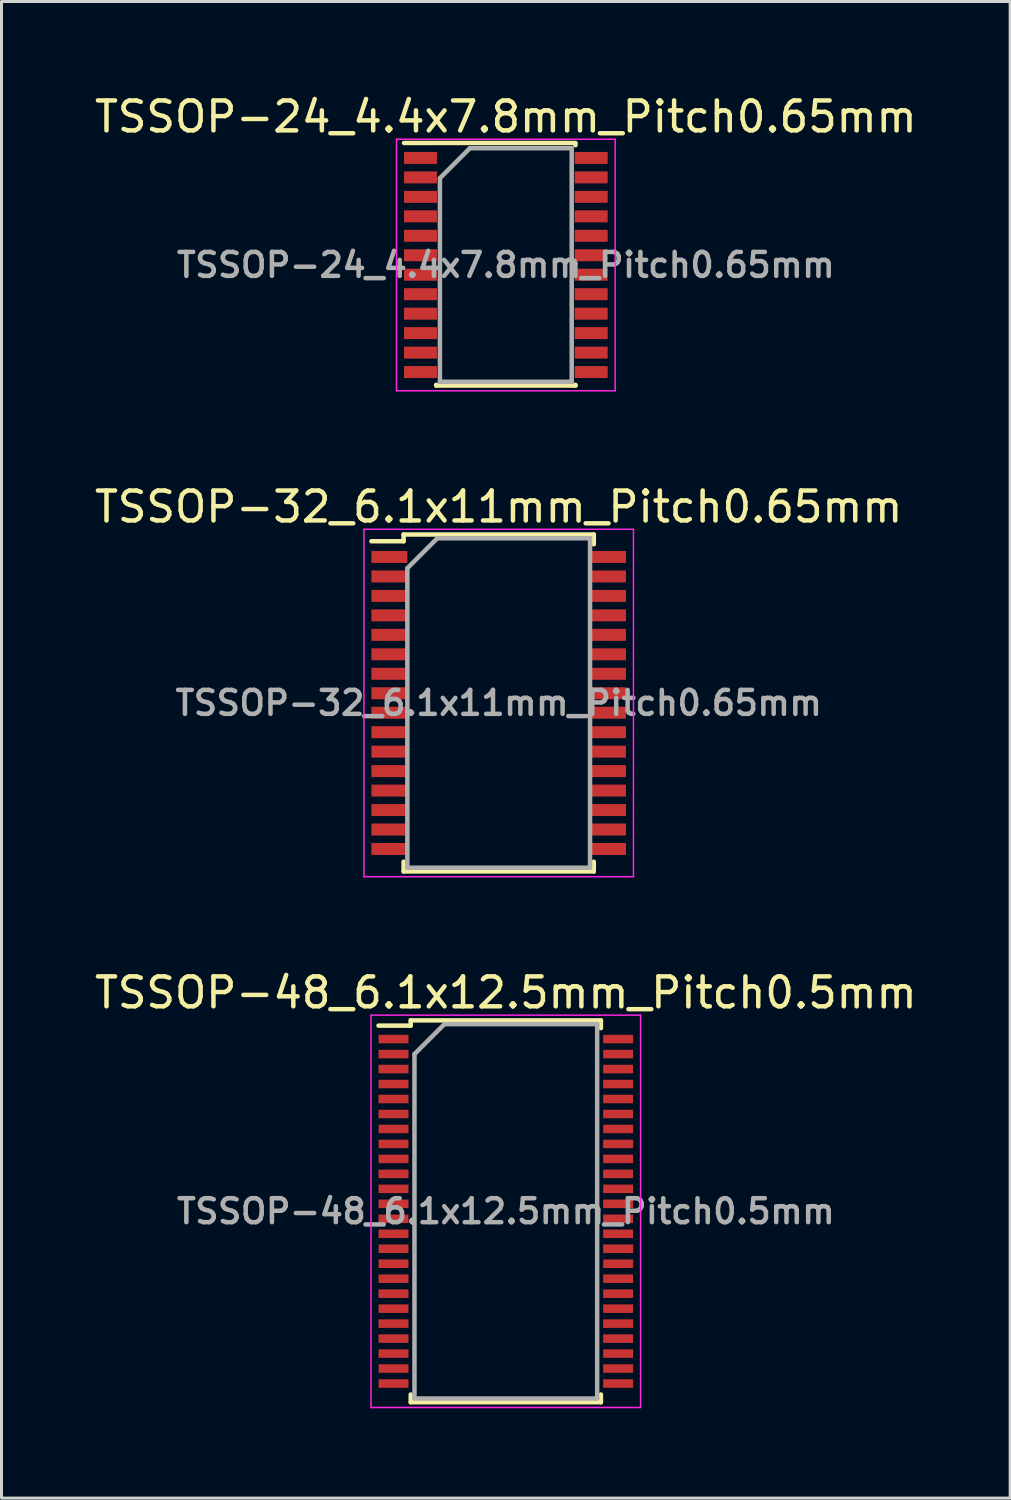
<source format=kicad_pcb>
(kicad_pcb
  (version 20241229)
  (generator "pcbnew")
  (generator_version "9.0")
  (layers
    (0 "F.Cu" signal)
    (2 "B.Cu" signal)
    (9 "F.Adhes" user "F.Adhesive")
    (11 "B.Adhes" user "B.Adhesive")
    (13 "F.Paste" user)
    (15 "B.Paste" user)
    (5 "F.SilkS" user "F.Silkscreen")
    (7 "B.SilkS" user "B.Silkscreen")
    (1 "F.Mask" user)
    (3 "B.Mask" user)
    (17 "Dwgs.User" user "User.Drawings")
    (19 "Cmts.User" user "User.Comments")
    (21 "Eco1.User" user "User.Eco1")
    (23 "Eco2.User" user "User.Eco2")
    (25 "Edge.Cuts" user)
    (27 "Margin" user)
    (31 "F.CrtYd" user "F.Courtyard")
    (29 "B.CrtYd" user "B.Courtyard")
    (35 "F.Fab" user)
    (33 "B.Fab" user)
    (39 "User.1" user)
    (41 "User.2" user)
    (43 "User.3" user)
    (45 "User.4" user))
  (footprint "TSSOP-32_6.1x11mm_Pitch0.65mm"
    (layer "F.Cu")
    (at 13.601 20.422)
    (property "Reference" "TSSOP-32_6.1x11mm_Pitch0.65mm" (at 0 -6.55 0) (layer "F.SilkS") (effects (font (size 1 1) (thickness 0.15))))
    (attr smd)
    (fp_line (start -3.175 -5.625) (end -3.175 -5.4) (stroke (width 0.15) (type solid)) (layer "F.SilkS"))
    (fp_line (start -3.175 -5.625) (end 3.175 -5.625) (stroke (width 0.15) (type solid)) (layer "F.SilkS"))
    (fp_line (start -3.175 -5.4) (end -4.25 -5.4) (stroke (width 0.15) (type solid)) (layer "F.SilkS"))
    (fp_line (start -3.175 5.625) (end -3.175 5.3) (stroke (width 0.15) (type solid)) (layer "F.SilkS"))
    (fp_line (start -3.175 5.625) (end 3.175 5.625) (stroke (width 0.15) (type solid)) (layer "F.SilkS"))
    (fp_line (start 3.175 -5.625) (end 3.175 -5.3) (stroke (width 0.15) (type solid)) (layer "F.SilkS"))
    (fp_line (start 3.175 5.625) (end 3.175 5.3) (stroke (width 0.15) (type solid)) (layer "F.SilkS"))
    (fp_line (start -4.5 -5.8) (end -4.5 5.8) (stroke (width 0.05) (type solid)) (layer "F.CrtYd"))
    (fp_line (start -4.5 -5.8) (end 4.5 -5.8) (stroke (width 0.05) (type solid)) (layer "F.CrtYd"))
    (fp_line (start -4.5 5.8) (end 4.5 5.8) (stroke (width 0.05) (type solid)) (layer "F.CrtYd"))
    (fp_line (start 4.5 -5.8) (end 4.5 5.8) (stroke (width 0.05) (type solid)) (layer "F.CrtYd"))
    (fp_line (start -3.05 -4.5) (end -2.05 -5.5) (stroke (width 0.15) (type solid)) (layer "F.Fab"))
    (fp_line (start -3.05 5.5) (end -3.05 -4.5) (stroke (width 0.15) (type solid)) (layer "F.Fab"))
    (fp_line (start -2.05 -5.5) (end 3.05 -5.5) (stroke (width 0.15) (type solid)) (layer "F.Fab"))
    (fp_line (start 3.05 -5.5) (end 3.05 5.5) (stroke (width 0.15) (type solid)) (layer "F.Fab"))
    (fp_line (start 3.05 5.5) (end -3.05 5.5) (stroke (width 0.15) (type solid)) (layer "F.Fab"))
    (fp_text user "${REFERENCE}" (at 0 0 0) (layer "F.Fab") (effects (font (size 0.8 0.8) (thickness 0.15))))
    (pad "1" smd rect (at -3.65 -4.875) (size 1.2 0.4) (layers "F.Cu" "F.Mask" "F.Paste"))
    (pad "2" smd rect (at -3.65 -4.225) (size 1.2 0.4) (layers "F.Cu" "F.Mask" "F.Paste"))
    (pad "3" smd rect (at -3.65 -3.575) (size 1.2 0.4) (layers "F.Cu" "F.Mask" "F.Paste"))
    (pad "4" smd rect (at -3.65 -2.925) (size 1.2 0.4) (layers "F.Cu" "F.Mask" "F.Paste"))
    (pad "5" smd rect (at -3.65 -2.275) (size 1.2 0.4) (layers "F.Cu" "F.Mask" "F.Paste"))
    (pad "6" smd rect (at -3.65 -1.625) (size 1.2 0.4) (layers "F.Cu" "F.Mask" "F.Paste"))
    (pad "7" smd rect (at -3.65 -0.975) (size 1.2 0.4) (layers "F.Cu" "F.Mask" "F.Paste"))
    (pad "8" smd rect (at -3.65 -0.325) (size 1.2 0.4) (layers "F.Cu" "F.Mask" "F.Paste"))
    (pad "9" smd rect (at -3.65 0.325) (size 1.2 0.4) (layers "F.Cu" "F.Mask" "F.Paste"))
    (pad "10" smd rect (at -3.65 0.975) (size 1.2 0.4) (layers "F.Cu" "F.Mask" "F.Paste"))
    (pad "11" smd rect (at -3.65 1.625) (size 1.2 0.4) (layers "F.Cu" "F.Mask" "F.Paste"))
    (pad "12" smd rect (at -3.65 2.275) (size 1.2 0.4) (layers "F.Cu" "F.Mask" "F.Paste"))
    (pad "13" smd rect (at -3.65 2.925) (size 1.2 0.4) (layers "F.Cu" "F.Mask" "F.Paste"))
    (pad "14" smd rect (at -3.65 3.575) (size 1.2 0.4) (layers "F.Cu" "F.Mask" "F.Paste"))
    (pad "15" smd rect (at -3.65 4.225) (size 1.2 0.4) (layers "F.Cu" "F.Mask" "F.Paste"))
    (pad "16" smd rect (at -3.65 4.875) (size 1.2 0.4) (layers "F.Cu" "F.Mask" "F.Paste"))
    (pad "17" smd rect (at 3.65 4.875) (size 1.2 0.4) (layers "F.Cu" "F.Mask" "F.Paste"))
    (pad "18" smd rect (at 3.65 4.225) (size 1.2 0.4) (layers "F.Cu" "F.Mask" "F.Paste"))
    (pad "19" smd rect (at 3.65 3.575) (size 1.2 0.4) (layers "F.Cu" "F.Mask" "F.Paste"))
    (pad "20" smd rect (at 3.65 2.925) (size 1.2 0.4) (layers "F.Cu" "F.Mask" "F.Paste"))
    (pad "21" smd rect (at 3.65 2.275) (size 1.2 0.4) (layers "F.Cu" "F.Mask" "F.Paste"))
    (pad "22" smd rect (at 3.65 1.625) (size 1.2 0.4) (layers "F.Cu" "F.Mask" "F.Paste"))
    (pad "23" smd rect (at 3.65 0.975) (size 1.2 0.4) (layers "F.Cu" "F.Mask" "F.Paste"))
    (pad "24" smd rect (at 3.65 0.325) (size 1.2 0.4) (layers "F.Cu" "F.Mask" "F.Paste"))
    (pad "25" smd rect (at 3.65 -0.325) (size 1.2 0.4) (layers "F.Cu" "F.Mask" "F.Paste"))
    (pad "26" smd rect (at 3.65 -0.975) (size 1.2 0.4) (layers "F.Cu" "F.Mask" "F.Paste"))
    (pad "27" smd rect (at 3.65 -1.625) (size 1.2 0.4) (layers "F.Cu" "F.Mask" "F.Paste"))
    (pad "28" smd rect (at 3.65 -2.275) (size 1.2 0.4) (layers "F.Cu" "F.Mask" "F.Paste"))
    (pad "29" smd rect (at 3.65 -2.925) (size 1.2 0.4) (layers "F.Cu" "F.Mask" "F.Paste"))
    (pad "30" smd rect (at 3.65 -3.575) (size 1.2 0.4) (layers "F.Cu" "F.Mask" "F.Paste"))
    (pad "31" smd rect (at 3.65 -4.225) (size 1.2 0.4) (layers "F.Cu" "F.Mask" "F.Paste"))
    (pad "32" smd rect (at 3.65 -4.875) (size 1.2 0.4) (layers "F.Cu" "F.Mask" "F.Paste")))
  (footprint "TSSOP-24_4.4x7.8mm_Pitch0.65mm"
    (layer "F.Cu")
    (at 13.839 5.798)
    (property "Reference" "TSSOP-24_4.4x7.8mm_Pitch0.65mm" (at 0 -4.95 0) (layer "F.SilkS") (effects (font (size 1 1) (thickness 0.15))))
    (attr smd)
    (fp_line (start -3.4 -4.075) (end 2.325 -4.075) (stroke (width 0.15) (type solid)) (layer "F.SilkS"))
    (fp_line (start -2.325 4.025) (end -2.325 4) (stroke (width 0.15) (type solid)) (layer "F.SilkS"))
    (fp_line (start -2.325 4.025) (end 2.325 4.025) (stroke (width 0.15) (type solid)) (layer "F.SilkS"))
    (fp_line (start 2.325 -4.025) (end 2.325 -4) (stroke (width 0.15) (type solid)) (layer "F.SilkS"))
    (fp_line (start 2.325 4.025) (end 2.325 4) (stroke (width 0.15) (type solid)) (layer "F.SilkS"))
    (fp_line (start -3.65 -4.2) (end -3.65 4.2) (stroke (width 0.05) (type solid)) (layer "F.CrtYd"))
    (fp_line (start -3.65 -4.2) (end 3.65 -4.2) (stroke (width 0.05) (type solid)) (layer "F.CrtYd"))
    (fp_line (start -3.65 4.2) (end 3.65 4.2) (stroke (width 0.05) (type solid)) (layer "F.CrtYd"))
    (fp_line (start 3.65 -4.2) (end 3.65 4.2) (stroke (width 0.05) (type solid)) (layer "F.CrtYd"))
    (fp_line (start -2.2 -2.9) (end -1.2 -3.9) (stroke (width 0.15) (type solid)) (layer "F.Fab"))
    (fp_line (start -2.2 3.9) (end -2.2 -2.9) (stroke (width 0.15) (type solid)) (layer "F.Fab"))
    (fp_line (start -1.2 -3.9) (end 2.2 -3.9) (stroke (width 0.15) (type solid)) (layer "F.Fab"))
    (fp_line (start 2.2 -3.9) (end 2.2 3.9) (stroke (width 0.15) (type solid)) (layer "F.Fab"))
    (fp_line (start 2.2 3.9) (end -2.2 3.9) (stroke (width 0.15) (type solid)) (layer "F.Fab"))
    (fp_text user "${REFERENCE}" (at 0 0 0) (layer "F.Fab") (effects (font (size 0.8 0.8) (thickness 0.15))))
    (pad "1" smd rect (at -2.85 -3.575) (size 1.1 0.4) (layers "F.Cu" "F.Mask" "F.Paste"))
    (pad "2" smd rect (at -2.85 -2.925) (size 1.1 0.4) (layers "F.Cu" "F.Mask" "F.Paste"))
    (pad "3" smd rect (at -2.85 -2.275) (size 1.1 0.4) (layers "F.Cu" "F.Mask" "F.Paste"))
    (pad "4" smd rect (at -2.85 -1.625) (size 1.1 0.4) (layers "F.Cu" "F.Mask" "F.Paste"))
    (pad "5" smd rect (at -2.85 -0.975) (size 1.1 0.4) (layers "F.Cu" "F.Mask" "F.Paste"))
    (pad "6" smd rect (at -2.85 -0.325) (size 1.1 0.4) (layers "F.Cu" "F.Mask" "F.Paste"))
    (pad "7" smd rect (at -2.85 0.325) (size 1.1 0.4) (layers "F.Cu" "F.Mask" "F.Paste"))
    (pad "8" smd rect (at -2.85 0.975) (size 1.1 0.4) (layers "F.Cu" "F.Mask" "F.Paste"))
    (pad "9" smd rect (at -2.85 1.625) (size 1.1 0.4) (layers "F.Cu" "F.Mask" "F.Paste"))
    (pad "10" smd rect (at -2.85 2.275) (size 1.1 0.4) (layers "F.Cu" "F.Mask" "F.Paste"))
    (pad "11" smd rect (at -2.85 2.925) (size 1.1 0.4) (layers "F.Cu" "F.Mask" "F.Paste"))
    (pad "12" smd rect (at -2.85 3.575) (size 1.1 0.4) (layers "F.Cu" "F.Mask" "F.Paste"))
    (pad "13" smd rect (at 2.85 3.575) (size 1.1 0.4) (layers "F.Cu" "F.Mask" "F.Paste"))
    (pad "14" smd rect (at 2.85 2.925) (size 1.1 0.4) (layers "F.Cu" "F.Mask" "F.Paste"))
    (pad "15" smd rect (at 2.85 2.275) (size 1.1 0.4) (layers "F.Cu" "F.Mask" "F.Paste"))
    (pad "16" smd rect (at 2.85 1.625) (size 1.1 0.4) (layers "F.Cu" "F.Mask" "F.Paste"))
    (pad "17" smd rect (at 2.85 0.975) (size 1.1 0.4) (layers "F.Cu" "F.Mask" "F.Paste"))
    (pad "18" smd rect (at 2.85 0.325) (size 1.1 0.4) (layers "F.Cu" "F.Mask" "F.Paste"))
    (pad "19" smd rect (at 2.85 -0.325) (size 1.1 0.4) (layers "F.Cu" "F.Mask" "F.Paste"))
    (pad "20" smd rect (at 2.85 -0.975) (size 1.1 0.4) (layers "F.Cu" "F.Mask" "F.Paste"))
    (pad "21" smd rect (at 2.85 -1.625) (size 1.1 0.4) (layers "F.Cu" "F.Mask" "F.Paste"))
    (pad "22" smd rect (at 2.85 -2.275) (size 1.1 0.4) (layers "F.Cu" "F.Mask" "F.Paste"))
    (pad "23" smd rect (at 2.85 -2.925) (size 1.1 0.4) (layers "F.Cu" "F.Mask" "F.Paste"))
    (pad "24" smd rect (at 2.85 -3.575) (size 1.1 0.4) (layers "F.Cu" "F.Mask" "F.Paste")))
  (footprint "TSSOP-48_6.1x12.5mm_Pitch0.5mm"
    (layer "F.Cu")
    (at 13.839 37.395)
    (property "Reference" "TSSOP-48_6.1x12.5mm_Pitch0.5mm" (at 0 -7.3 0) (layer "F.SilkS") (effects (font (size 1 1) (thickness 0.15))))
    (attr smd)
    (fp_line (start -3.175 -6.375) (end -3.175 -6.2) (stroke (width 0.15) (type solid)) (layer "F.SilkS"))
    (fp_line (start -3.175 -6.375) (end 3.175 -6.375) (stroke (width 0.15) (type solid)) (layer "F.SilkS"))
    (fp_line (start -3.175 -6.2) (end -4.25 -6.2) (stroke (width 0.15) (type solid)) (layer "F.SilkS"))
    (fp_line (start -3.175 6.375) (end -3.175 6.117) (stroke (width 0.15) (type solid)) (layer "F.SilkS"))
    (fp_line (start -3.175 6.375) (end 3.175 6.375) (stroke (width 0.15) (type solid)) (layer "F.SilkS"))
    (fp_line (start 3.175 -6.375) (end 3.175 -6.117) (stroke (width 0.15) (type solid)) (layer "F.SilkS"))
    (fp_line (start 3.175 6.375) (end 3.175 6.117) (stroke (width 0.15) (type solid)) (layer "F.SilkS"))
    (fp_line (start -4.5 -6.55) (end -4.5 6.55) (stroke (width 0.05) (type solid)) (layer "F.CrtYd"))
    (fp_line (start -4.5 -6.55) (end 4.5 -6.55) (stroke (width 0.05) (type solid)) (layer "F.CrtYd"))
    (fp_line (start -4.5 6.55) (end 4.5 6.55) (stroke (width 0.05) (type solid)) (layer "F.CrtYd"))
    (fp_line (start 4.5 -6.55) (end 4.5 6.55) (stroke (width 0.05) (type solid)) (layer "F.CrtYd"))
    (fp_line (start -3.05 -5.25) (end -2.05 -6.25) (stroke (width 0.15) (type solid)) (layer "F.Fab"))
    (fp_line (start -3.05 6.25) (end -3.05 -5.25) (stroke (width 0.15) (type solid)) (layer "F.Fab"))
    (fp_line (start -2.05 -6.25) (end 3.05 -6.25) (stroke (width 0.15) (type solid)) (layer "F.Fab"))
    (fp_line (start 3.05 -6.25) (end 3.05 6.25) (stroke (width 0.15) (type solid)) (layer "F.Fab"))
    (fp_line (start 3.05 6.25) (end -3.05 6.25) (stroke (width 0.15) (type solid)) (layer "F.Fab"))
    (fp_text user "${REFERENCE}" (at 0 0 0) (layer "F.Fab") (effects (font (size 0.8 0.8) (thickness 0.15))))
    (pad "1" smd rect (at -3.75 -5.75) (size 1 0.285) (layers "F.Cu" "F.Mask" "F.Paste"))
    (pad "2" smd rect (at -3.75 -5.25) (size 1 0.285) (layers "F.Cu" "F.Mask" "F.Paste"))
    (pad "3" smd rect (at -3.75 -4.75) (size 1 0.285) (layers "F.Cu" "F.Mask" "F.Paste"))
    (pad "4" smd rect (at -3.75 -4.25) (size 1 0.285) (layers "F.Cu" "F.Mask" "F.Paste"))
    (pad "5" smd rect (at -3.75 -3.75) (size 1 0.285) (layers "F.Cu" "F.Mask" "F.Paste"))
    (pad "6" smd rect (at -3.75 -3.25) (size 1 0.285) (layers "F.Cu" "F.Mask" "F.Paste"))
    (pad "7" smd rect (at -3.75 -2.75) (size 1 0.285) (layers "F.Cu" "F.Mask" "F.Paste"))
    (pad "8" smd rect (at -3.75 -2.25) (size 1 0.285) (layers "F.Cu" "F.Mask" "F.Paste"))
    (pad "9" smd rect (at -3.75 -1.75) (size 1 0.285) (layers "F.Cu" "F.Mask" "F.Paste"))
    (pad "10" smd rect (at -3.75 -1.25) (size 1 0.285) (layers "F.Cu" "F.Mask" "F.Paste"))
    (pad "11" smd rect (at -3.75 -0.75) (size 1 0.285) (layers "F.Cu" "F.Mask" "F.Paste"))
    (pad "12" smd rect (at -3.75 -0.25) (size 1 0.285) (layers "F.Cu" "F.Mask" "F.Paste"))
    (pad "13" smd rect (at -3.75 0.25) (size 1 0.285) (layers "F.Cu" "F.Mask" "F.Paste"))
    (pad "14" smd rect (at -3.75 0.75) (size 1 0.285) (layers "F.Cu" "F.Mask" "F.Paste"))
    (pad "15" smd rect (at -3.75 1.25) (size 1 0.285) (layers "F.Cu" "F.Mask" "F.Paste"))
    (pad "16" smd rect (at -3.75 1.75) (size 1 0.285) (layers "F.Cu" "F.Mask" "F.Paste"))
    (pad "17" smd rect (at -3.75 2.25) (size 1 0.285) (layers "F.Cu" "F.Mask" "F.Paste"))
    (pad "18" smd rect (at -3.75 2.75) (size 1 0.285) (layers "F.Cu" "F.Mask" "F.Paste"))
    (pad "19" smd rect (at -3.75 3.25) (size 1 0.285) (layers "F.Cu" "F.Mask" "F.Paste"))
    (pad "20" smd rect (at -3.75 3.75) (size 1 0.285) (layers "F.Cu" "F.Mask" "F.Paste"))
    (pad "21" smd rect (at -3.75 4.25) (size 1 0.285) (layers "F.Cu" "F.Mask" "F.Paste"))
    (pad "22" smd rect (at -3.75 4.75) (size 1 0.285) (layers "F.Cu" "F.Mask" "F.Paste"))
    (pad "23" smd rect (at -3.75 5.25) (size 1 0.285) (layers "F.Cu" "F.Mask" "F.Paste"))
    (pad "24" smd rect (at -3.75 5.75) (size 1 0.285) (layers "F.Cu" "F.Mask" "F.Paste"))
    (pad "25" smd rect (at 3.75 5.75) (size 1 0.285) (layers "F.Cu" "F.Mask" "F.Paste"))
    (pad "26" smd rect (at 3.75 5.25) (size 1 0.285) (layers "F.Cu" "F.Mask" "F.Paste"))
    (pad "27" smd rect (at 3.75 4.75) (size 1 0.285) (layers "F.Cu" "F.Mask" "F.Paste"))
    (pad "28" smd rect (at 3.75 4.25) (size 1 0.285) (layers "F.Cu" "F.Mask" "F.Paste"))
    (pad "29" smd rect (at 3.75 3.75) (size 1 0.285) (layers "F.Cu" "F.Mask" "F.Paste"))
    (pad "30" smd rect (at 3.75 3.25) (size 1 0.285) (layers "F.Cu" "F.Mask" "F.Paste"))
    (pad "31" smd rect (at 3.75 2.75) (size 1 0.285) (layers "F.Cu" "F.Mask" "F.Paste"))
    (pad "32" smd rect (at 3.75 2.25) (size 1 0.285) (layers "F.Cu" "F.Mask" "F.Paste"))
    (pad "33" smd rect (at 3.75 1.75) (size 1 0.285) (layers "F.Cu" "F.Mask" "F.Paste"))
    (pad "34" smd rect (at 3.75 1.25) (size 1 0.285) (layers "F.Cu" "F.Mask" "F.Paste"))
    (pad "35" smd rect (at 3.75 0.75) (size 1 0.285) (layers "F.Cu" "F.Mask" "F.Paste"))
    (pad "36" smd rect (at 3.75 0.25) (size 1 0.285) (layers "F.Cu" "F.Mask" "F.Paste"))
    (pad "37" smd rect (at 3.75 -0.25) (size 1 0.285) (layers "F.Cu" "F.Mask" "F.Paste"))
    (pad "38" smd rect (at 3.75 -0.75) (size 1 0.285) (layers "F.Cu" "F.Mask" "F.Paste"))
    (pad "39" smd rect (at 3.75 -1.25) (size 1 0.285) (layers "F.Cu" "F.Mask" "F.Paste"))
    (pad "40" smd rect (at 3.75 -1.75) (size 1 0.285) (layers "F.Cu" "F.Mask" "F.Paste"))
    (pad "41" smd rect (at 3.75 -2.25) (size 1 0.285) (layers "F.Cu" "F.Mask" "F.Paste"))
    (pad "42" smd rect (at 3.75 -2.75) (size 1 0.285) (layers "F.Cu" "F.Mask" "F.Paste"))
    (pad "43" smd rect (at 3.75 -3.25) (size 1 0.285) (layers "F.Cu" "F.Mask" "F.Paste"))
    (pad "44" smd rect (at 3.75 -3.75) (size 1 0.285) (layers "F.Cu" "F.Mask" "F.Paste"))
    (pad "45" smd rect (at 3.75 -4.25) (size 1 0.285) (layers "F.Cu" "F.Mask" "F.Paste"))
    (pad "46" smd rect (at 3.75 -4.75) (size 1 0.285) (layers "F.Cu" "F.Mask" "F.Paste"))
    (pad "47" smd rect (at 3.75 -5.25) (size 1 0.285) (layers "F.Cu" "F.Mask" "F.Paste"))
    (pad "48" smd rect (at 3.75 -5.75) (size 1 0.285) (layers "F.Cu" "F.Mask" "F.Paste")))
  (gr_rect
    (start -3 -3)
    (end 30.679 46.97)
    (stroke (width 0.1) (type default))
    (fill no)
    (layer "Edge.Cuts")))
</source>
